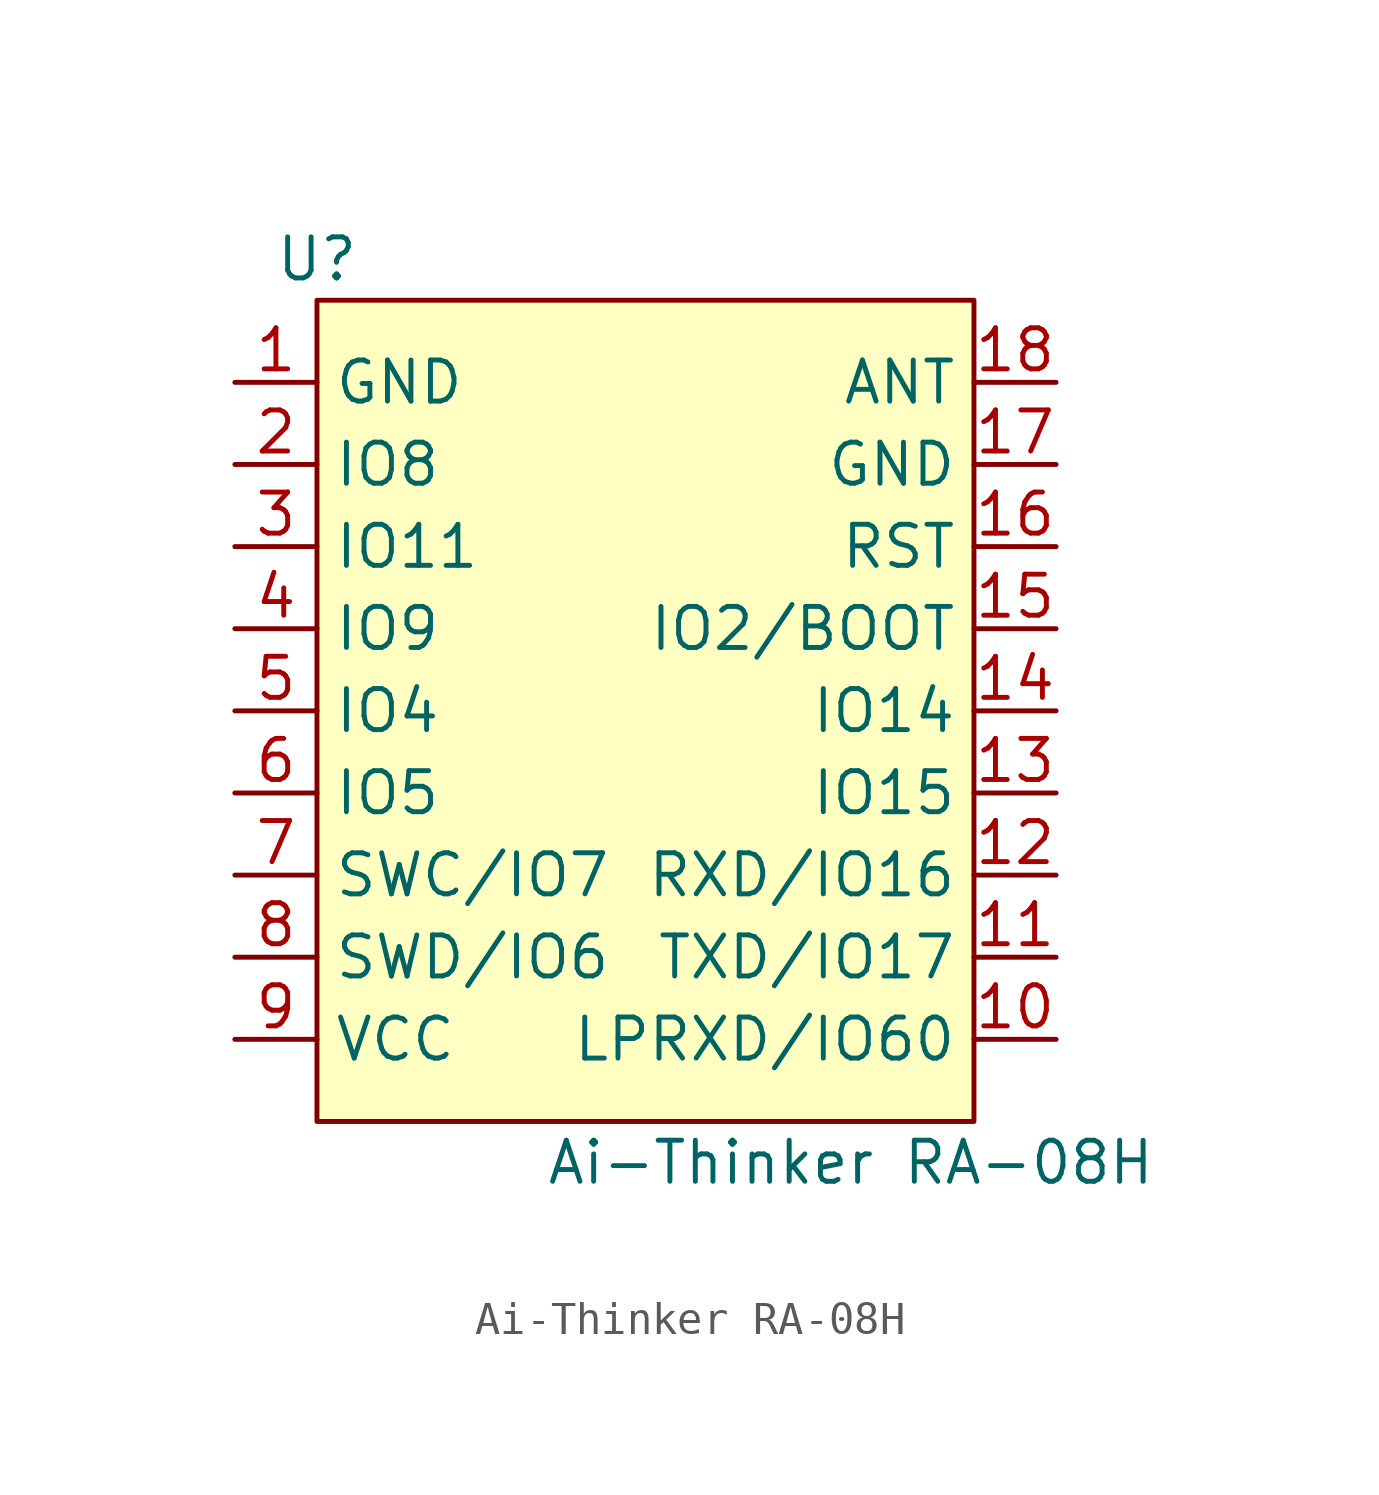
<source format=kicad_sym>
(kicad_symbol_lib
  (version 20220914)
  (generator kicad_symbol_editor)
  (symbol "Ai-Thinker RA-08H"
    (property "Reference" "U"
      (at -10.16 8.89 0)
      (effects (font (size 1.27 1.27))))
    (property "Value" "Ai-Thinker RA-08H"
      (at 6.35 -19.05 0)
      (effects (font (size 1.27 1.27))))
    (symbol "Ai-Thinker RA-08H_0_1"
      (rectangle (start -10.16 7.62) (end 10.16 -17.78) (stroke (width 0.152) (type default)) (fill (type background))))
    (symbol "Ai-Thinker RA-08H_1_1"
      (pin power_in line (at -12.7 5.08 0) (length 2.54) (name "GND" (effects (font (size 1.27 1.27)))) (number "1" (effects (font (size 1.27 1.27)))))
      (pin bidirectional line (at 12.7 -15.24 180) (length 2.54) (name "LPRXD/IO60" (effects (font (size 1.27 1.27)))) (number "10" (effects (font (size 1.27 1.27)))))
      (pin bidirectional line (at 12.7 -12.7 180) (length 2.54) (name "TXD/IO17" (effects (font (size 1.27 1.27)))) (number "11" (effects (font (size 1.27 1.27)))))
      (pin bidirectional line (at 12.7 -10.16 180) (length 2.54) (name "RXD/IO16" (effects (font (size 1.27 1.27)))) (number "12" (effects (font (size 1.27 1.27)))))
      (pin bidirectional line (at 12.7 -7.62 180) (length 2.54) (name "IO15" (effects (font (size 1.27 1.27)))) (number "13" (effects (font (size 1.27 1.27)))))
      (pin bidirectional line (at 12.7 -5.08 180) (length 2.54) (name "IO14" (effects (font (size 1.27 1.27)))) (number "14" (effects (font (size 1.27 1.27)))))
      (pin bidirectional line (at 12.7 -2.54 180) (length 2.54) (name "IO2/BOOT" (effects (font (size 1.27 1.27)))) (number "15" (effects (font (size 1.27 1.27)))))
      (pin bidirectional line (at 12.7 0 180) (length 2.54) (name "RST" (effects (font (size 1.27 1.27)))) (number "16" (effects (font (size 1.27 1.27)))))
      (pin bidirectional line (at 12.7 2.54 180) (length 2.54) (name "GND" (effects (font (size 1.27 1.27)))) (number "17" (effects (font (size 1.27 1.27)))))
      (pin passive line (at 12.7 5.08 180) (length 2.54) (name "ANT" (effects (font (size 1.27 1.27)))) (number "18" (effects (font (size 1.27 1.27)))))
      (pin bidirectional line (at -12.7 2.54 0) (length 2.54) (name "IO8" (effects (font (size 1.27 1.27)))) (number "2" (effects (font (size 1.27 1.27)))))
      (pin bidirectional line (at -12.7 0 0) (length 2.54) (name "IO11" (effects (font (size 1.27 1.27)))) (number "3" (effects (font (size 1.27 1.27)))))
      (pin bidirectional line (at -12.7 -2.54 0) (length 2.54) (name "IO9" (effects (font (size 1.27 1.27)))) (number "4" (effects (font (size 1.27 1.27)))))
      (pin bidirectional line (at -12.7 -5.08 0) (length 2.54) (name "IO4" (effects (font (size 1.27 1.27)))) (number "5" (effects (font (size 1.27 1.27)))))
      (pin bidirectional line (at -12.7 -7.62 0) (length 2.54) (name "IO5" (effects (font (size 1.27 1.27)))) (number "6" (effects (font (size 1.27 1.27)))))
      (pin bidirectional line (at -12.7 -10.16 0) (length 2.54) (name "SWC/IO7" (effects (font (size 1.27 1.27)))) (number "7" (effects (font (size 1.27 1.27)))))
      (pin bidirectional line (at -12.7 -12.7 0) (length 2.54) (name "SWD/IO6" (effects (font (size 1.27 1.27)))) (number "8" (effects (font (size 1.27 1.27)))))
      (pin power_in line (at -12.7 -15.24 0) (length 2.54) (name "VCC" (effects (font (size 1.27 1.27)))) (number "9" (effects (font (size 1.27 1.27))))))))
</source>
